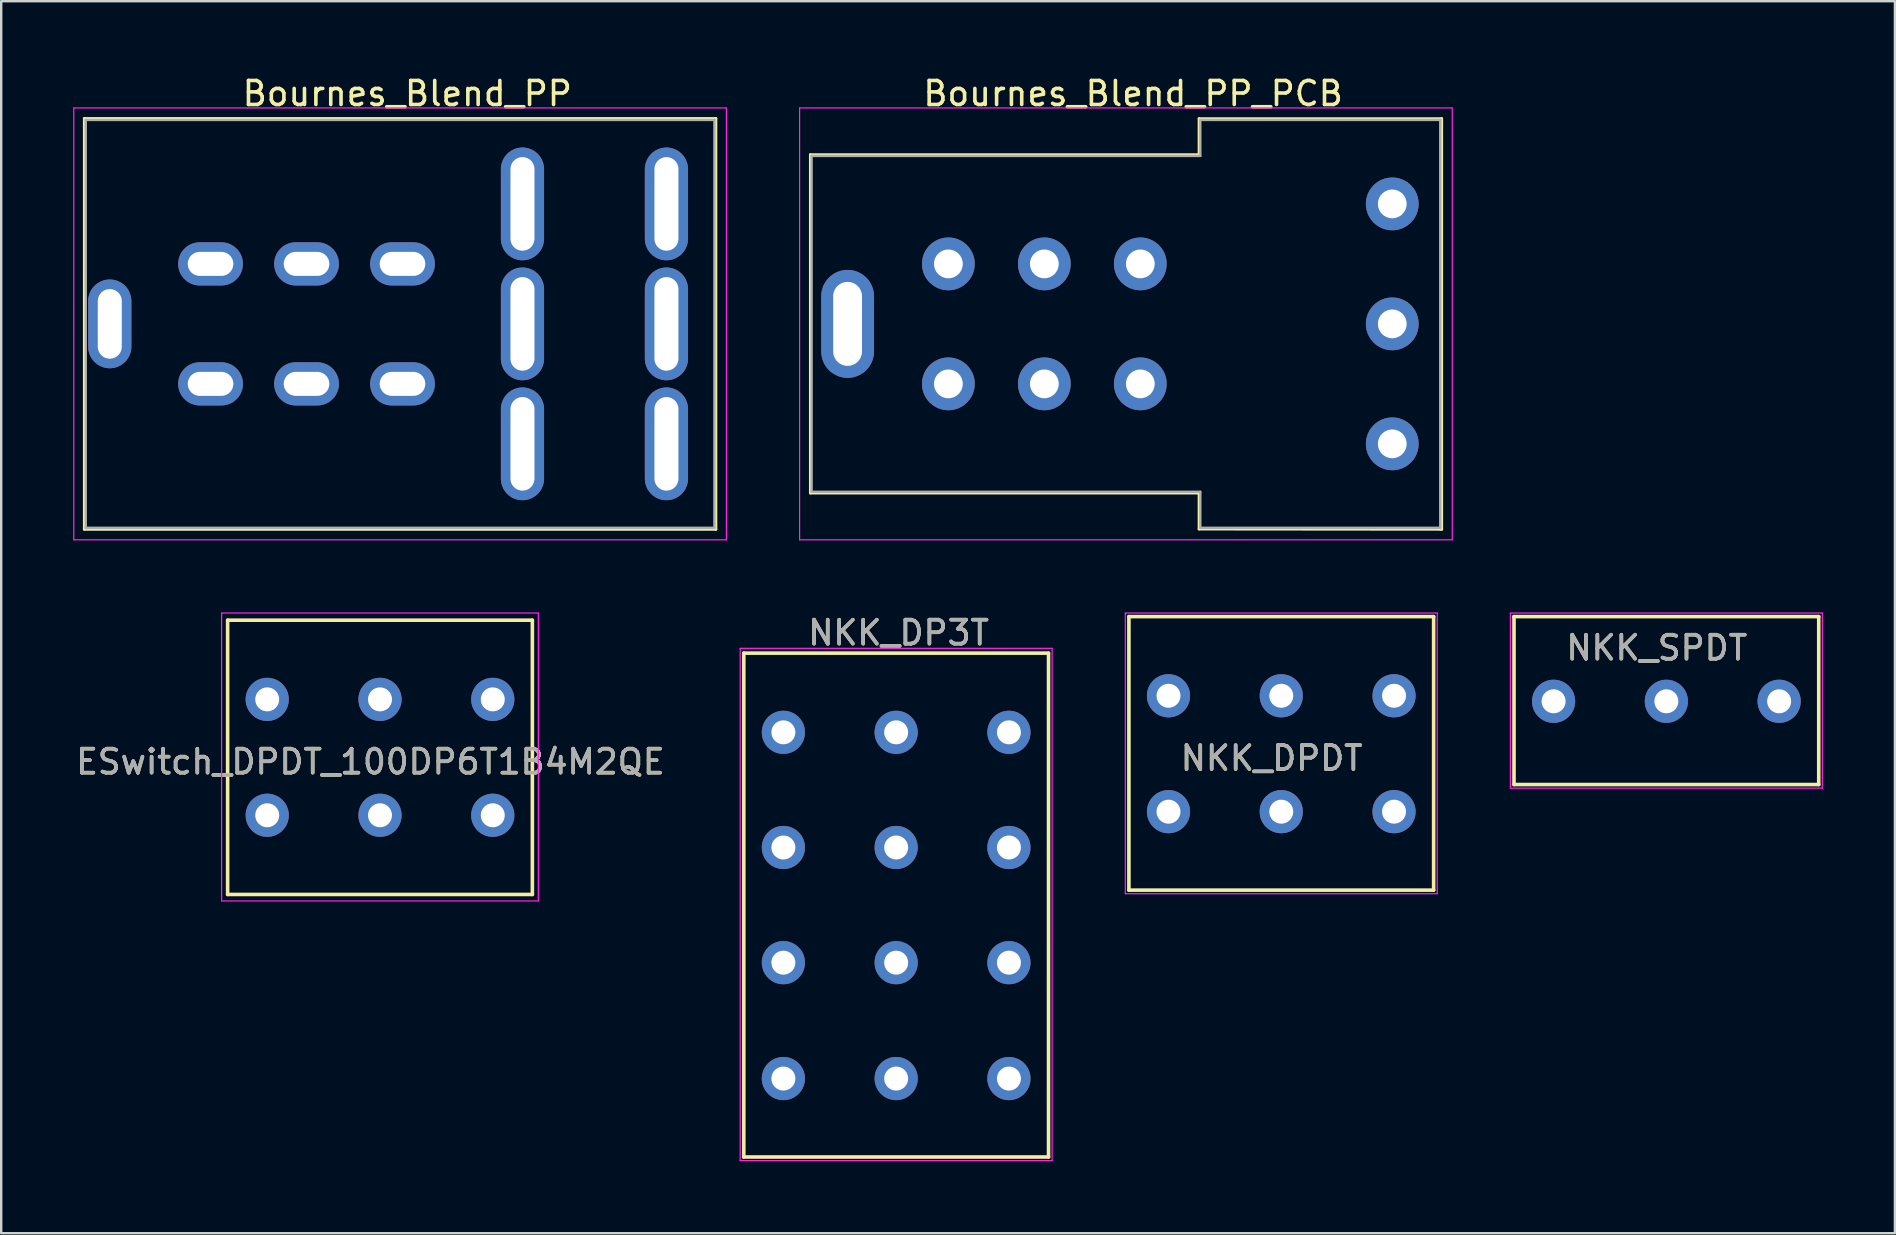
<source format=kicad_pcb>
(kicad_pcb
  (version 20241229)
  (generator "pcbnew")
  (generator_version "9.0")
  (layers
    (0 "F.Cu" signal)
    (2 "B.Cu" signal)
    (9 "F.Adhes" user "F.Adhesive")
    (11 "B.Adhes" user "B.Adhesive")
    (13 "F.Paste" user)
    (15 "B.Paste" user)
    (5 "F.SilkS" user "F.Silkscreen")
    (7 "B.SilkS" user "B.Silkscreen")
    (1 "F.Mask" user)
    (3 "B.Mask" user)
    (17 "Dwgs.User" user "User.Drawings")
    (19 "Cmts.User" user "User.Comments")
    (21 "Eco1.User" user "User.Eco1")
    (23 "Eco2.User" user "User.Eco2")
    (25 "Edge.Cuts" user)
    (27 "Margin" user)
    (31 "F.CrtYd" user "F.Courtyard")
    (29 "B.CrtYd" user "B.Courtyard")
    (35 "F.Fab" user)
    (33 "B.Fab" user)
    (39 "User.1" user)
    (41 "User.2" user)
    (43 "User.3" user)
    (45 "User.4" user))
  (footprint "Bournes_Blend_PP"
    (layer "F.Cu")
    (at 24.725 15.448)
    (property "Reference" "Bournes_Blend_PP" (at -10.8 -14.6 0) (layer "F.SilkS") (effects (font (size 1 1) (thickness 0.15))))
    (attr through_hole)
    (fp_line (start -24.26 -13.56) (end -24.26 3.56) (stroke (width 0.12) (type solid)) (layer "F.SilkS"))
    (fp_line (start -24.26 -13.56) (end 2.06 -13.56) (stroke (width 0.12) (type solid)) (layer "F.SilkS"))
    (fp_line (start -24.26 3.56) (end 2.06 3.56) (stroke (width 0.12) (type solid)) (layer "F.SilkS"))
    (fp_line (start 2.06 -13.56) (end 2.06 3.56) (stroke (width 0.12) (type solid)) (layer "F.SilkS"))
    (fp_line (start -24.7 -14) (end -24.7 4) (stroke (width 0.05) (type solid)) (layer "F.CrtYd"))
    (fp_line (start -24.7 4) (end 2.5 4) (stroke (width 0.05) (type solid)) (layer "F.CrtYd"))
    (fp_line (start 2.5 -14) (end -24.7 -14) (stroke (width 0.05) (type solid)) (layer "F.CrtYd"))
    (fp_line (start 2.5 4) (end 2.5 -14) (stroke (width 0.05) (type solid)) (layer "F.CrtYd"))
    (fp_line (start -24.2 -13.5) (end -24.2 3.5) (stroke (width 0.1) (type solid)) (layer "F.Fab"))
    (fp_line (start -24.2 3.5) (end 2 3.5) (stroke (width 0.1) (type solid)) (layer "F.Fab"))
    (fp_line (start 2 -13.5) (end -24.2 -13.5) (stroke (width 0.1) (type solid)) (layer "F.Fab"))
    (fp_line (start 2 3.5) (end 2 -13.5) (stroke (width 0.1) (type solid)) (layer "F.Fab"))
    (pad "1" thru_hole oval (at 0 0) (size 1.8 4.7) (drill oval 1 3.9) (layers "*.Cu" "*.Mask"))
    (pad "2" thru_hole oval (at 0 -5) (size 1.8 4.7) (drill oval 1 3.9) (layers "*.Cu" "*.Mask"))
    (pad "3" thru_hole oval (at 0 -10) (size 1.8 4.7) (drill oval 1 3.9) (layers "*.Cu" "*.Mask"))
    (pad "4" thru_hole oval (at -6 0) (size 1.8 4.7) (drill oval 1 3.9) (layers "*.Cu" "*.Mask"))
    (pad "5" thru_hole oval (at -6 -5) (size 1.8 4.7) (drill oval 1 3.9) (layers "*.Cu" "*.Mask"))
    (pad "6" thru_hole oval (at -6 -10) (size 1.8 4.7) (drill oval 1 3.9) (layers "*.Cu" "*.Mask"))
    (pad "7" thru_hole oval (at -11 -2.5) (size 2.7 1.8) (drill oval 1.9 1) (layers "*.Cu" "*.Mask"))
    (pad "8" thru_hole oval (at -15 -2.5) (size 2.7 1.8) (drill oval 1.9 1) (layers "*.Cu" "*.Mask"))
    (pad "9" thru_hole oval (at -19 -2.5) (size 2.7 1.8) (drill oval 1.9 1) (layers "*.Cu" "*.Mask"))
    (pad "10" thru_hole oval (at -11 -7.5) (size 2.7 1.8) (drill oval 1.9 1) (layers "*.Cu" "*.Mask"))
    (pad "11" thru_hole oval (at -15 -7.5) (size 2.7 1.8) (drill oval 1.9 1) (layers "*.Cu" "*.Mask"))
    (pad "12" thru_hole oval (at -19 -7.5) (size 2.7 1.8) (drill oval 1.9 1) (layers "*.Cu" "*.Mask"))
    (pad "13" thru_hole oval (at -23.2 -5) (size 1.8 3.7) (drill oval 1 2.9) (layers "*.Cu" "*.Mask")))
  (footprint "ESwitch_DPDT_100DP6T1B4M2QE"
    (layer "F.Cu")
    (at 17.487 30.898)
    (property "Reference" "ESwitch_DPDT_100DP6T1B4M2QE" (at -5.1 -2.2 180) (layer "F.SilkS") (effects (font (size 1 1) (thickness 0.15))))
    (attr through_hole)
    (fp_line (start -11.05 -8.1) (end -11.05 3.33) (stroke (width 0.15) (type solid)) (layer "F.SilkS"))
    (fp_line (start -11.05 3.33) (end 1.65 3.33) (stroke (width 0.15) (type solid)) (layer "F.SilkS"))
    (fp_line (start 1.65 -8.1) (end -11.05 -8.1) (stroke (width 0.15) (type solid)) (layer "F.SilkS"))
    (fp_line (start 1.65 3.33) (end 1.65 -8.1) (stroke (width 0.15) (type solid)) (layer "F.SilkS"))
    (fp_line (start -11.3 -8.4) (end 1.9 -8.4) (stroke (width 0.05) (type solid)) (layer "F.CrtYd"))
    (fp_line (start -11.3 3.6) (end -11.3 -8.4) (stroke (width 0.05) (type solid)) (layer "F.CrtYd"))
    (fp_line (start 1.9 -8.4) (end 1.9 3.6) (stroke (width 0.05) (type solid)) (layer "F.CrtYd"))
    (fp_line (start 1.9 3.6) (end -11.3 3.6) (stroke (width 0.05) (type solid)) (layer "F.CrtYd"))
    (fp_text user "${REFERENCE}" (at -5.1 -2.2 180) (layer "F.Fab") (effects (font (size 1 1) (thickness 0.15))))
    (pad "1" thru_hole circle (at 0 0.03 180) (size 1.8 1.8) (drill 1) (layers "*.Cu" "*.Mask"))
    (pad "2" thru_hole oval (at -4.7 0.03 180) (size 1.8 1.8) (drill 1) (layers "*.Cu" "*.Mask"))
    (pad "3" thru_hole oval (at -9.4 0.03 180) (size 1.8 1.8) (drill 1) (layers "*.Cu" "*.Mask"))
    (pad "4" thru_hole circle (at 0 -4.8 180) (size 1.8 1.8) (drill 1) (layers "*.Cu" "*.Mask"))
    (pad "5" thru_hole oval (at -4.7 -4.8 180) (size 1.8 1.8) (drill 1) (layers "*.Cu" "*.Mask"))
    (pad "6" thru_hole oval (at -9.4 -4.8 180) (size 1.8 1.8) (drill 1) (layers "*.Cu" "*.Mask")))
  (footprint "NKK_DPDT"
    (layer "F.Cu")
    (at 55.049 30.748)
    (property "Reference" "NKK_DPDT" (at -5.1 -2.2 180) (layer "F.SilkS") (effects (font (size 1 1) (thickness 0.15))))
    (attr through_hole)
    (fp_line (start -11.05 -8.1) (end -11.05 3.3) (stroke (width 0.15) (type solid)) (layer "F.SilkS"))
    (fp_line (start -11.05 3.3) (end 1.65 3.3) (stroke (width 0.15) (type solid)) (layer "F.SilkS"))
    (fp_line (start 1.65 -8.1) (end -11.05 -8.1) (stroke (width 0.15) (type solid)) (layer "F.SilkS"))
    (fp_line (start 1.65 3.3) (end 1.65 -8.1) (stroke (width 0.15) (type solid)) (layer "F.SilkS"))
    (fp_line (start -11.2 -8.25) (end 1.8 -8.25) (stroke (width 0.05) (type solid)) (layer "F.CrtYd"))
    (fp_line (start -11.2 3.45) (end -11.2 -8.25) (stroke (width 0.05) (type solid)) (layer "F.CrtYd"))
    (fp_line (start 1.8 -8.25) (end 1.8 3.45) (stroke (width 0.05) (type solid)) (layer "F.CrtYd"))
    (fp_line (start 1.8 3.45) (end -11.2 3.45) (stroke (width 0.05) (type solid)) (layer "F.CrtYd"))
    (fp_text user "${REFERENCE}" (at -5.1 -2.2 180) (layer "F.Fab") (effects (font (size 1 1) (thickness 0.15))))
    (pad "1" thru_hole circle (at 0 0.03 180) (size 1.8 1.8) (drill 1) (layers "*.Cu" "*.Mask"))
    (pad "2" thru_hole oval (at -4.7 0.03 180) (size 1.8 1.8) (drill 1) (layers "*.Cu" "*.Mask"))
    (pad "3" thru_hole oval (at -9.4 0.03 180) (size 1.8 1.8) (drill 1) (layers "*.Cu" "*.Mask"))
    (pad "4" thru_hole circle (at 0 -4.8 180) (size 1.8 1.8) (drill 1) (layers "*.Cu" "*.Mask"))
    (pad "5" thru_hole oval (at -4.7 -4.8 180) (size 1.8 1.8) (drill 1) (layers "*.Cu" "*.Mask"))
    (pad "6" thru_hole oval (at -9.4 -4.8 180) (size 1.8 1.8) (drill 1) (layers "*.Cu" "*.Mask")))
  (footprint "NKK_DP3T"
    (layer "F.Cu")
    (at 38.999 41.871)
    (property "Reference" "NKK_DP3T" (at -4.6 -18.55 180) (layer "F.SilkS") (effects (font (size 1 1) (thickness 0.15))))
    (attr through_hole)
    (fp_line (start -11.05 -17.7) (end -11.05 3.3) (stroke (width 0.15) (type solid)) (layer "F.SilkS"))
    (fp_line (start -11.05 3.3) (end 1.65 3.3) (stroke (width 0.15) (type solid)) (layer "F.SilkS"))
    (fp_line (start 1.65 -17.7) (end -11.05 -17.7) (stroke (width 0.15) (type solid)) (layer "F.SilkS"))
    (fp_line (start 1.65 3.3) (end 1.65 -17.7) (stroke (width 0.15) (type solid)) (layer "F.SilkS"))
    (fp_line (start -11.2 -17.9) (end 1.8 -17.9) (stroke (width 0.05) (type solid)) (layer "F.CrtYd"))
    (fp_line (start -11.2 3.45) (end -11.2 -17.9) (stroke (width 0.05) (type solid)) (layer "F.CrtYd"))
    (fp_line (start 1.8 -17.9) (end 1.8 3.45) (stroke (width 0.05) (type solid)) (layer "F.CrtYd"))
    (fp_line (start 1.8 3.45) (end -11.2 3.45) (stroke (width 0.05) (type solid)) (layer "F.CrtYd"))
    (fp_text user "${REFERENCE}" (at -4.6 -18.55 180) (layer "F.Fab") (effects (font (size 1 1) (thickness 0.15))))
    (pad "1" thru_hole circle (at 0 0.03 180) (size 1.8 1.8) (drill 1) (layers "*.Cu" "*.Mask"))
    (pad "2" thru_hole oval (at -4.7 0.03 180) (size 1.8 1.8) (drill 1) (layers "*.Cu" "*.Mask"))
    (pad "3" thru_hole oval (at -9.4 0.03 180) (size 1.8 1.8) (drill 1) (layers "*.Cu" "*.Mask"))
    (pad "4" thru_hole circle (at 0 -4.8 180) (size 1.8 1.8) (drill 1) (layers "*.Cu" "*.Mask"))
    (pad "5" thru_hole oval (at -4.7 -4.8 180) (size 1.8 1.8) (drill 1) (layers "*.Cu" "*.Mask"))
    (pad "6" thru_hole oval (at -9.4 -4.8 180) (size 1.8 1.8) (drill 1) (layers "*.Cu" "*.Mask"))
    (pad "7" thru_hole circle (at 0 -9.6 180) (size 1.8 1.8) (drill 1) (layers "*.Cu" "*.Mask"))
    (pad "8" thru_hole oval (at -4.7 -9.6 180) (size 1.8 1.8) (drill 1) (layers "*.Cu" "*.Mask"))
    (pad "9" thru_hole oval (at -9.4 -9.6 180) (size 1.8 1.8) (drill 1) (layers "*.Cu" "*.Mask"))
    (pad "10" thru_hole circle (at 0 -14.4 180) (size 1.8 1.8) (drill 1) (layers "*.Cu" "*.Mask"))
    (pad "11" thru_hole oval (at -4.7 -14.4 180) (size 1.8 1.8) (drill 1) (layers "*.Cu" "*.Mask"))
    (pad "12" thru_hole oval (at -9.4 -14.4 180) (size 1.8 1.8) (drill 1) (layers "*.Cu" "*.Mask")))
  (footprint "Bournes_Blend_PP_PCB"
    (layer "F.Cu")
    (at 54.975 15.448)
    (property "Reference" "Bournes_Blend_PP_PCB" (at -10.8 -14.6 0) (layer "F.SilkS") (effects (font (size 1 1) (thickness 0.15))))
    (attr through_hole)
    (fp_line (start -24.25 -12.05) (end -24.25 2.05) (stroke (width 0.12) (type solid)) (layer "F.SilkS"))
    (fp_line (start -8.05 -13.55) (end -8.05 -12.05) (stroke (width 0.12) (type solid)) (layer "F.SilkS"))
    (fp_line (start -8.05 -13.55) (end 2.05 -13.55) (stroke (width 0.12) (type solid)) (layer "F.SilkS"))
    (fp_line (start -8.05 -12.05) (end -24.25 -12.05) (stroke (width 0.12) (type solid)) (layer "F.SilkS"))
    (fp_line (start -8.05 2.05) (end -24.25 2.05) (stroke (width 0.12) (type solid)) (layer "F.SilkS"))
    (fp_line (start -8.05 3.55) (end -8.05 2.05) (stroke (width 0.12) (type solid)) (layer "F.SilkS"))
    (fp_line (start -8.05 3.55) (end 2.06 3.56) (stroke (width 0.12) (type solid)) (layer "F.SilkS"))
    (fp_line (start 2.06 -13.56) (end 2.06 3.56) (stroke (width 0.12) (type solid)) (layer "F.SilkS"))
    (fp_line (start -24.7 -14) (end -24.7 4) (stroke (width 0.05) (type solid)) (layer "F.CrtYd"))
    (fp_line (start -24.7 4) (end 2.5 4) (stroke (width 0.05) (type solid)) (layer "F.CrtYd"))
    (fp_line (start 2.5 -14) (end -24.7 -14) (stroke (width 0.05) (type solid)) (layer "F.CrtYd"))
    (fp_line (start 2.5 4) (end 2.5 -14) (stroke (width 0.05) (type solid)) (layer "F.CrtYd"))
    (fp_line (start -24.2 -12) (end -24.2 2) (stroke (width 0.1) (type solid)) (layer "F.Fab"))
    (fp_line (start -8 -13.5) (end -8 -12) (stroke (width 0.1) (type solid)) (layer "F.Fab"))
    (fp_line (start -8 -12) (end -24.2 -12) (stroke (width 0.1) (type solid)) (layer "F.Fab"))
    (fp_line (start -8 2) (end -24.2 2) (stroke (width 0.1) (type solid)) (layer "F.Fab"))
    (fp_line (start -8 3.5) (end -8 2) (stroke (width 0.1) (type solid)) (layer "F.Fab"))
    (fp_line (start -8 3.5) (end 2 3.5) (stroke (width 0.1) (type solid)) (layer "F.Fab"))
    (fp_line (start 2 -13.5) (end -8 -13.5) (stroke (width 0.1) (type solid)) (layer "F.Fab"))
    (fp_line (start 2 3.5) (end 2 -13.5) (stroke (width 0.1) (type solid)) (layer "F.Fab"))
    (pad "1" thru_hole oval (at 0 0) (size 2.2 2.2) (drill oval 1.2) (layers "*.Cu" "*.Mask"))
    (pad "2" thru_hole oval (at 0 -5) (size 2.2 2.2) (drill oval 1.2) (layers "*.Cu" "*.Mask"))
    (pad "3" thru_hole oval (at 0 -10) (size 2.2 2.2) (drill oval 1.2) (layers "*.Cu" "*.Mask"))
    (pad "4" thru_hole oval (at -10.5 -2.5) (size 2.2 2.2) (drill oval 1.2) (layers "*.Cu" "*.Mask"))
    (pad "5" thru_hole oval (at -14.5 -2.5) (size 2.2 2.2) (drill oval 1.2) (layers "*.Cu" "*.Mask"))
    (pad "6" thru_hole oval (at -18.5 -2.5) (size 2.2 2.2) (drill oval 1.2) (layers "*.Cu" "*.Mask"))
    (pad "7" thru_hole oval (at -10.5 -7.5) (size 2.2 2.2) (drill oval 1.2) (layers "*.Cu" "*.Mask"))
    (pad "8" thru_hole oval (at -14.5 -7.5) (size 2.2 2.2) (drill oval 1.2) (layers "*.Cu" "*.Mask"))
    (pad "9" thru_hole oval (at -18.5 -7.5) (size 2.2 2.2) (drill oval 1.2) (layers "*.Cu" "*.Mask"))
    (pad "10" thru_hole oval (at -22.7 -5) (size 2.2 4.5) (drill oval 1.2 3.5) (layers "*.Cu" "*.Mask")))
  (footprint "NKK_SPDT"
    (layer "F.Cu")
    (at 71.099 26.148)
    (property "Reference" "NKK_SPDT" (at -5.1 -2.2 180) (layer "F.SilkS") (effects (font (size 1 1) (thickness 0.15))))
    (attr through_hole)
    (fp_line (start -11.05 -3.5) (end -11.05 3.5) (stroke (width 0.15) (type solid)) (layer "F.SilkS"))
    (fp_line (start -11.05 3.5) (end 1.65 3.5) (stroke (width 0.15) (type solid)) (layer "F.SilkS"))
    (fp_line (start 1.65 -3.5) (end -11.05 -3.5) (stroke (width 0.15) (type solid)) (layer "F.SilkS"))
    (fp_line (start 1.65 3.5) (end 1.65 -3.5) (stroke (width 0.15) (type solid)) (layer "F.SilkS"))
    (fp_line (start -11.2 -3.65) (end 1.8 -3.65) (stroke (width 0.05) (type solid)) (layer "F.CrtYd"))
    (fp_line (start -11.2 3.65) (end -11.2 -3.65) (stroke (width 0.05) (type solid)) (layer "F.CrtYd"))
    (fp_line (start 1.8 -3.65) (end 1.8 3.65) (stroke (width 0.05) (type solid)) (layer "F.CrtYd"))
    (fp_line (start 1.8 3.65) (end -11.2 3.65) (stroke (width 0.05) (type solid)) (layer "F.CrtYd"))
    (fp_text user "${REFERENCE}" (at -5.1 -2.2 180) (layer "F.Fab") (effects (font (size 1 1) (thickness 0.15))))
    (pad "1" thru_hole circle (at 0 0.03 180) (size 1.8 1.8) (drill 1) (layers "*.Cu" "*.Mask"))
    (pad "2" thru_hole oval (at -4.7 0.03 180) (size 1.8 1.8) (drill 1) (layers "*.Cu" "*.Mask"))
    (pad "3" thru_hole oval (at -9.4 0.03 180) (size 1.8 1.8) (drill 1) (layers "*.Cu" "*.Mask")))
  (gr_rect
    (start -3 -3)
    (end 75.924 48.346)
    (stroke (width 0.1) (type default))
    (fill no)
    (layer "Edge.Cuts")))
</source>
